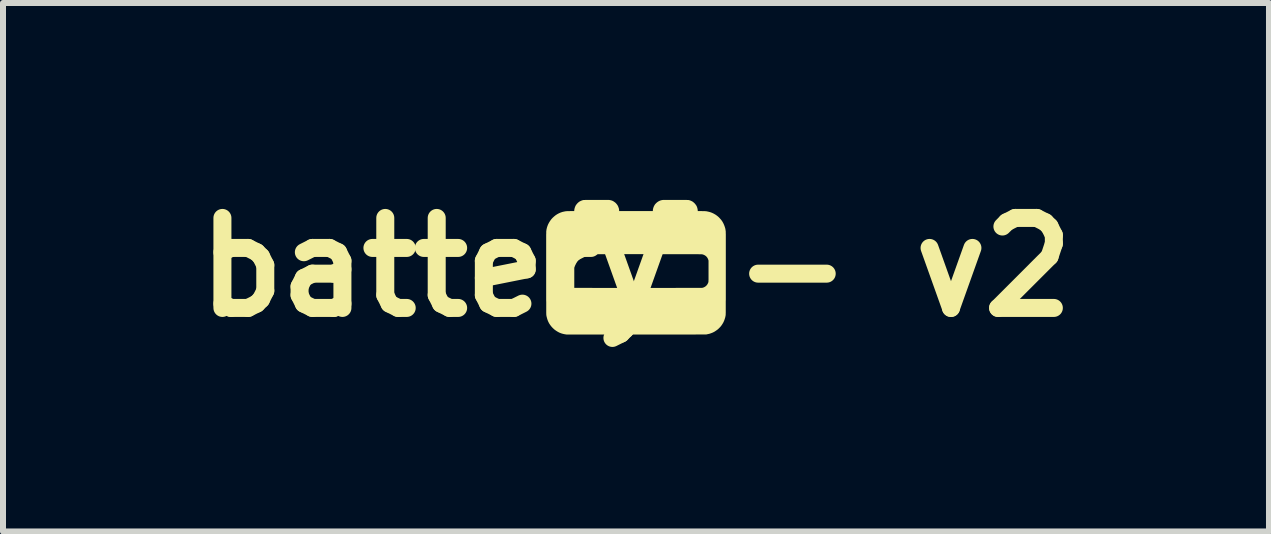
<source format=kicad_pcb>
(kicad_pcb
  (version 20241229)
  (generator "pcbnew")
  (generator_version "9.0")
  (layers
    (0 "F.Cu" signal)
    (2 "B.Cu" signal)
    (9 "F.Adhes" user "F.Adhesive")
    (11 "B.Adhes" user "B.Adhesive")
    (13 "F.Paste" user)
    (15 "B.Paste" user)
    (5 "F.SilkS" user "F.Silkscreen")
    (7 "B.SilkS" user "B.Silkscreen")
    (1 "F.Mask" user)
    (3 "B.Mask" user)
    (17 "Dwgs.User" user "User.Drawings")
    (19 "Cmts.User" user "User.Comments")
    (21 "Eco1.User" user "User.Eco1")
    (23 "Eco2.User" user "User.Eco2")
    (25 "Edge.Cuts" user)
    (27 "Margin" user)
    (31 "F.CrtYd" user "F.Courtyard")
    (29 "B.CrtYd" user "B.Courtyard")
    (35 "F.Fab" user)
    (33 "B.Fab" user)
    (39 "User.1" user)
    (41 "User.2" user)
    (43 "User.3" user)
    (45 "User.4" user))
  (footprint "battery - v2"
    (layer "F.Cu")
    (at 7.55 1.404)
    (property "Reference" "battery - v2" (at 0 0 0) (layer "F.SilkS") (effects (font (size 1.5 1.5) (thickness 0.3))))
    (attr board_only exclude_from_pos_files exclude_from_bom)
    (fp_poly (pts (xy 0.589 -1.122) (xy 0.617 -1.122) (xy 0.647 -1.122) (xy 0.664 -1.122) (xy 0.692 -1.122) (xy 0.717 -1.122) (xy 0.74 -1.122) (xy 0.761 -1.122) (xy 0.779 -1.122) (xy 0.795 -1.122) (xy 0.81 -1.122) (xy 0.822 -1.122) (xy 0.833 -1.122) (xy 0.842 -1.122) (xy 0.85 -1.121) (xy 0.857 -1.121) (xy 0.862 -1.121) (xy 0.867 -1.121) (xy 0.87 -1.121) (xy 0.873 -1.12) (xy 0.876 -1.12) (xy 0.878 -1.12) (xy 0.88 -1.12) (xy 0.881 -1.119) (xy 0.883 -1.119) (xy 0.905 -1.112) (xy 0.926 -1.103) (xy 0.946 -1.092) (xy 0.963 -1.078) (xy 0.977 -1.065) (xy 0.992 -1.047) (xy 1.005 -1.029) (xy 1.015 -1.009) (xy 1.022 -0.988) (xy 1.027 -0.965) (xy 1.029 -0.948) (xy 1.03 -0.936) (xy 1.094 -0.936) (xy 1.11 -0.935) (xy 1.125 -0.935) (xy 1.137 -0.935) (xy 1.147 -0.935) (xy 1.155 -0.934) (xy 1.162 -0.934) (xy 1.168 -0.933) (xy 1.173 -0.933) (xy 1.173 -0.933) (xy 1.206 -0.926) (xy 1.237 -0.918) (xy 1.267 -0.907) (xy 1.296 -0.893) (xy 1.324 -0.877) (xy 1.351 -0.858) (xy 1.357 -0.853) (xy 1.367 -0.845) (xy 1.377 -0.836) (xy 1.388 -0.825) (xy 1.399 -0.813) (xy 1.409 -0.802) (xy 1.418 -0.792) (xy 1.421 -0.788) (xy 1.44 -0.761) (xy 1.456 -0.732) (xy 1.469 -0.703) (xy 1.48 -0.673) (xy 1.489 -0.642) (xy 1.494 -0.61) (xy 1.496 -0.595) (xy 1.496 -0.593) (xy 1.496 -0.589) (xy 1.496 -0.583) (xy 1.496 -0.575) (xy 1.496 -0.566) (xy 1.497 -0.555) (xy 1.497 -0.542) (xy 1.497 -0.527) (xy 1.497 -0.51) (xy 1.497 -0.491) (xy 1.497 -0.469) (xy 1.497 -0.446) (xy 1.497 -0.421) (xy 1.497 -0.393) (xy 1.497 -0.363) (xy 1.497 -0.33) (xy 1.497 -0.296) (xy 1.497 -0.259) (xy 1.497 -0.219) (xy 1.497 -0.177) (xy 1.497 -0.132) (xy 1.497 -0.085) (xy 1.497 -0.035) (xy 1.497 0.017) (xy 1.497 0.073) (xy 1.497 0.105) (xy 1.497 0.157) (xy 1.497 0.207) (xy 1.497 0.254) (xy 1.497 0.298) (xy 1.497 0.34) (xy 1.497 0.379) (xy 1.497 0.416) (xy 1.497 0.451) (xy 1.497 0.484) (xy 1.497 0.514) (xy 1.497 0.543) (xy 1.496 0.569) (xy 1.496 0.594) (xy 1.496 0.616) (xy 1.496 0.637) (xy 1.496 0.657) (xy 1.496 0.674) (xy 1.496 0.69) (xy 1.496 0.705) (xy 1.496 0.718) (xy 1.496 0.73) (xy 1.496 0.741) (xy 1.496 0.75) (xy 1.496 0.759) (xy 1.496 0.766) (xy 1.495 0.772) (xy 1.495 0.778) (xy 1.495 0.783) (xy 1.495 0.787) (xy 1.495 0.79) (xy 1.495 0.793) (xy 1.495 0.796) (xy 1.495 0.798) (xy 1.494 0.799) (xy 1.494 0.8) (xy 1.494 0.801) (xy 1.488 0.833) (xy 1.479 0.863) (xy 1.469 0.891) (xy 1.457 0.918) (xy 1.442 0.944) (xy 1.425 0.97) (xy 1.417 0.979) (xy 1.411 0.988) (xy 1.403 0.997) (xy 1.393 1.007) (xy 1.384 1.016) (xy 1.374 1.026) (xy 1.365 1.034) (xy 1.359 1.039) (xy 1.334 1.057) (xy 1.308 1.074) (xy 1.281 1.088) (xy 1.253 1.099) (xy 1.224 1.109) (xy 1.192 1.116) (xy 1.176 1.119) (xy 1.175 1.12) (xy 1.173 1.12) (xy 1.172 1.12) (xy 1.17 1.12) (xy 1.168 1.12) (xy 1.165 1.12) (xy 1.162 1.12) (xy 1.159 1.12) (xy 1.154 1.121) (xy 1.149 1.121) (xy 1.143 1.121) (xy 1.137 1.121) (xy 1.13 1.121) (xy 1.121 1.121) (xy 1.112 1.121) (xy 1.102 1.121) (xy 1.09 1.121) (xy 1.078 1.121) (xy 1.064 1.121) (xy 1.049 1.121) (xy 1.033 1.121) (xy 1.016 1.121) (xy 0.997 1.121) (xy 0.976 1.122) (xy 0.954 1.122) (xy 0.931 1.122) (xy 0.905 1.122) (xy 0.878 1.122) (xy 0.85 1.122) (xy 0.819 1.122) (xy 0.787 1.122) (xy 0.753 1.122) (xy 0.716 1.122) (xy 0.678 1.122) (xy 0.638 1.122) (xy 0.595 1.122) (xy 0.55 1.122) (xy 0.503 1.122) (xy 0.454 1.122) (xy 0.402 1.122) (xy 0.348 1.122) (xy 0.291 1.122) (xy 0.232 1.122) (xy 0.17 1.122) (xy 0.106 1.122) (xy 0.039 1.122) (xy 0.006 1.122) (xy -0.051 1.122) (xy -0.107 1.122) (xy -0.162 1.122) (xy -0.217 1.122) (xy -0.271 1.122) (xy -0.324 1.122) (xy -0.375 1.122) (xy -0.426 1.122) (xy -0.476 1.122) (xy -0.524 1.122) (xy -0.571 1.122) (xy -0.617 1.122) (xy -0.662 1.122) (xy -0.704 1.122) (xy -0.746 1.122) (xy -0.786 1.122) (xy -0.824 1.122) (xy -0.86 1.122) (xy -0.895 1.122) (xy -0.928 1.122) (xy -0.958 1.122) (xy -0.987 1.122) (xy -1.014 1.122) (xy -1.039 1.122) (xy -1.061 1.122) (xy -1.081 1.122) (xy -1.099 1.122) (xy -1.115 1.122) (xy -1.128 1.122) (xy -1.138 1.122) (xy -1.146 1.122) (xy -1.151 1.122) (xy -1.154 1.122) (xy -1.154 1.122) (xy -1.187 1.117) (xy -1.219 1.11) (xy -1.249 1.101) (xy -1.279 1.089) (xy -1.307 1.074) (xy -1.334 1.057) (xy -1.36 1.038) (xy -1.384 1.016) (xy -1.391 1.009) (xy -1.412 0.986) (xy -1.431 0.961) (xy -1.448 0.935) (xy -1.462 0.908) (xy -1.474 0.879) (xy -1.483 0.849) (xy -1.491 0.817) (xy -1.494 0.801) (xy -1.494 0.8) (xy -1.494 0.798) (xy -1.495 0.796) (xy -1.495 0.794) (xy -1.495 0.792) (xy -1.495 0.788) (xy -1.495 0.785) (xy -1.495 0.78) (xy -1.495 0.775) (xy -1.496 0.769) (xy -1.496 0.762) (xy -1.496 0.754) (xy -1.496 0.745) (xy -1.496 0.735) (xy -1.496 0.723) (xy -1.496 0.711) (xy -1.496 0.697) (xy -1.496 0.681) (xy -1.496 0.664) (xy -1.496 0.646) (xy -1.496 0.626) (xy -1.496 0.604) (xy -1.496 0.58) (xy -1.497 0.554) (xy -1.497 0.527) (xy -1.497 0.497) (xy -1.497 0.466) (xy -1.497 0.432) (xy -1.497 0.396) (xy -1.497 0.357) (xy -1.497 0.316) (xy -1.497 0.273) (xy -1.497 0.227) (xy -1.497 0.179) (xy -1.497 0.127) (xy -1.497 0.105) (xy -1.497 0.048) (xy -1.497 -0.006) (xy -1.497 -0.02) (xy -1.209 -0.02) (xy -1.209 -0.002) (xy -1.209 0.018) (xy -1.209 0.04) (xy -1.209 0.065) (xy -1.209 0.069) (xy -1.209 0.239) (xy -1.205 0.252) (xy -1.198 0.27) (xy -1.189 0.287) (xy -1.178 0.302) (xy -1.174 0.306) (xy -1.162 0.317) (xy -1.147 0.327) (xy -1.132 0.335) (xy -1.116 0.34) (xy -1.101 0.344) (xy -1.099 0.344) (xy -1.094 0.344) (xy -1.087 0.344) (xy -1.077 0.344) (xy -1.065 0.344) (xy -1.05 0.344) (xy -1.033 0.344) (xy -1.013 0.344) (xy -0.991 0.344) (xy -0.967 0.344) (xy -0.941 0.344) (xy -0.913 0.344) (xy -0.883 0.344) (xy -0.851 0.344) (xy -0.817 0.344) (xy -0.781 0.344) (xy -0.744 0.344) (xy -0.704 0.345) (xy -0.664 0.345) (xy -0.621 0.345) (xy -0.578 0.345) (xy -0.533 0.345) (xy -0.486 0.345) (xy -0.439 0.345) (xy -0.39 0.345) (xy -0.34 0.345) (xy -0.289 0.345) (xy -0.237 0.345) (xy -0.184 0.345) (xy -0.131 0.345) (xy -0.076 0.345) (xy -0.021 0.345) (xy 0.005 0.345) (xy 1.102 0.344) (xy 1.113 0.341) (xy 1.132 0.335) (xy 1.148 0.326) (xy 1.164 0.315) (xy 1.177 0.302) (xy 1.188 0.288) (xy 1.197 0.272) (xy 1.2 0.265) (xy 1.201 0.262) (xy 1.203 0.259) (xy 1.204 0.257) (xy 1.205 0.254) (xy 1.205 0.251) (xy 1.206 0.249) (xy 1.207 0.245) (xy 1.207 0.241) (xy 1.208 0.236) (xy 1.208 0.231) (xy 1.208 0.224) (xy 1.208 0.216) (xy 1.209 0.207) (xy 1.209 0.196) (xy 1.209 0.183) (xy 1.209 0.169) (xy 1.209 0.152) (xy 1.209 0.134) (xy 1.209 0.113) (xy 1.209 0.089) (xy 1.209 0.064) (xy 1.209 -0.11) (xy 1.206 -0.121) (xy 1.199 -0.14) (xy 1.19 -0.157) (xy 1.179 -0.172) (xy 1.166 -0.185) (xy 1.151 -0.196) (xy 1.135 -0.205) (xy 1.124 -0.209) (xy 1.113 -0.213) (xy 1.102 -0.215) (xy 1.093 -0.216) (xy 1.091 -0.216) (xy 1.086 -0.216) (xy 1.078 -0.216) (xy 1.068 -0.216) (xy 1.056 -0.216) (xy 1.041 -0.217) (xy 1.023 -0.217) (xy 1.004 -0.217) (xy 0.982 -0.217) (xy 0.958 -0.217) (xy 0.932 -0.217) (xy 0.905 -0.217) (xy 0.875 -0.217) (xy 0.844 -0.217) (xy 0.812 -0.217) (xy 0.777 -0.217) (xy 0.741 -0.217) (xy 0.704 -0.217) (xy 0.666 -0.217) (xy 0.626 -0.217) (xy 0.585 -0.217) (xy 0.543 -0.217) (xy 0.5 -0.217) (xy 0.456 -0.217) (xy 0.412 -0.217) (xy 0.366 -0.217) (xy 0.32 -0.217) (xy 0.274 -0.217) (xy 0.227 -0.218) (xy 0.179 -0.218) (xy 0.131 -0.218) (xy 0.084 -0.218) (xy 0.035 -0.218) (xy -0.013 -0.218) (xy -0.061 -0.218) (xy -0.109 -0.218) (xy -0.157 -0.218) (xy -0.204 -0.218) (xy -0.252 -0.218) (xy -0.298 -0.217) (xy -0.345 -0.217) (xy -0.39 -0.217) (xy -0.435 -0.217) (xy -0.48 -0.217) (xy -0.523 -0.217) (xy -0.565 -0.217) (xy -0.607 -0.217) (xy -0.647 -0.217) (xy -0.686 -0.217) (xy -0.724 -0.217) (xy -0.761 -0.217) (xy -0.796 -0.217) (xy -0.829 -0.217) (xy -0.861 -0.217) (xy -0.891 -0.217) (xy -0.92 -0.217) (xy -0.946 -0.217) (xy -0.971 -0.217) (xy -0.994 -0.217) (xy -1.014 -0.217) (xy -1.033 -0.217) (xy -1.049 -0.216) (xy -1.063 -0.216) (xy -1.074 -0.216) (xy -1.083 -0.216) (xy -1.089 -0.216) (xy -1.092 -0.216) (xy -1.093 -0.216) (xy -1.112 -0.213) (xy -1.13 -0.207) (xy -1.146 -0.199) (xy -1.161 -0.189) (xy -1.174 -0.177) (xy -1.186 -0.163) (xy -1.195 -0.147) (xy -1.203 -0.13) (xy -1.207 -0.114) (xy -1.207 -0.112) (xy -1.208 -0.11) (xy -1.208 -0.107) (xy -1.208 -0.105) (xy -1.209 -0.101) (xy -1.209 -0.097) (xy -1.209 -0.092) (xy -1.209 -0.086) (xy -1.209 -0.079) (xy -1.209 -0.071) (xy -1.209 -0.061) (xy -1.209 -0.049) (xy -1.209 -0.035) (xy -1.209 -0.02) (xy -1.497 -0.02) (xy -1.497 -0.058) (xy -1.497 -0.106) (xy -1.497 -0.152) (xy -1.497 -0.196) (xy -1.497 -0.237) (xy -1.497 -0.275) (xy -1.497 -0.311) (xy -1.497 -0.345) (xy -1.497 -0.376) (xy -1.497 -0.405) (xy -1.497 -0.432) (xy -1.497 -0.456) (xy -1.497 -0.479) (xy -1.497 -0.499) (xy -1.497 -0.517) (xy -1.497 -0.533) (xy -1.497 -0.547) (xy -1.496 -0.56) (xy -1.496 -0.57) (xy -1.496 -0.579) (xy -1.496 -0.585) (xy -1.496 -0.59) (xy -1.496 -0.594) (xy -1.496 -0.595) (xy -1.492 -0.627) (xy -1.485 -0.658) (xy -1.475 -0.689) (xy -1.463 -0.718) (xy -1.448 -0.746) (xy -1.431 -0.773) (xy -1.412 -0.799) (xy -1.39 -0.823) (xy -1.389 -0.824) (xy -1.365 -0.846) (xy -1.339 -0.867) (xy -1.313 -0.884) (xy -1.285 -0.899) (xy -1.255 -0.912) (xy -1.225 -0.922) (xy -1.193 -0.929) (xy -1.173 -0.933) (xy -1.168 -0.933) (xy -1.162 -0.934) (xy -1.156 -0.934) (xy -1.147 -0.935) (xy -1.137 -0.935) (xy -1.126 -0.935) (xy -1.112 -0.935) (xy -1.095 -0.936) (xy -1.094 -0.936) (xy -1.03 -0.936) (xy -1.029 -0.948) (xy -1.026 -0.971) (xy -1.02 -0.993) (xy -1.012 -1.014) (xy -1.002 -1.034) (xy -0.988 -1.052) (xy -0.977 -1.065) (xy -0.961 -1.08) (xy -0.943 -1.094) (xy -0.923 -1.104) (xy -0.902 -1.113) (xy -0.883 -1.119) (xy -0.881 -1.119) (xy -0.879 -1.12) (xy -0.878 -1.12) (xy -0.875 -1.12) (xy -0.873 -1.12) (xy -0.87 -1.121) (xy -0.866 -1.121) (xy -0.861 -1.121) (xy -0.856 -1.121) (xy -0.849 -1.121) (xy -0.841 -1.122) (xy -0.832 -1.122) (xy -0.821 -1.122) (xy -0.808 -1.122) (xy -0.794 -1.122) (xy -0.777 -1.122) (xy -0.759 -1.122) (xy -0.738 -1.122) (xy -0.714 -1.122) (xy -0.689 -1.122) (xy -0.664 -1.122) (xy -0.632 -1.122) (xy -0.604 -1.122) (xy -0.577 -1.122) (xy -0.554 -1.122) (xy -0.533 -1.122) (xy -0.514 -1.122) (xy -0.498 -1.122) (xy -0.484 -1.122) (xy -0.472 -1.122) (xy -0.463 -1.122) (xy -0.455 -1.122) (xy -0.449 -1.122) (xy -0.445 -1.121) (xy -0.444 -1.121) (xy -0.422 -1.117) (xy -0.401 -1.111) (xy -0.381 -1.102) (xy -0.363 -1.09) (xy -0.345 -1.077) (xy -0.33 -1.062) (xy -0.316 -1.045) (xy -0.304 -1.027) (xy -0.295 -1.007) (xy -0.288 -0.987) (xy -0.285 -0.978) (xy -0.283 -0.968) (xy -0.282 -0.958) (xy -0.281 -0.95) (xy -0.281 -0.944) (xy -0.281 -0.936) (xy 0 -0.936) (xy 0.281 -0.936) (xy 0.281 -0.944) (xy 0.281 -0.956) (xy 0.284 -0.97) (xy 0.287 -0.985) (xy 0.292 -0.999) (xy 0.296 -1.01) (xy 0.306 -1.03) (xy 0.318 -1.049) (xy 0.333 -1.065) (xy 0.349 -1.08) (xy 0.367 -1.093) (xy 0.386 -1.104) (xy 0.406 -1.112) (xy 0.427 -1.118) (xy 0.444 -1.121) (xy 0.447 -1.121) (xy 0.451 -1.122) (xy 0.458 -1.122) (xy 0.467 -1.122) (xy 0.478 -1.122) (xy 0.49 -1.122) (xy 0.505 -1.122) (xy 0.523 -1.122) (xy 0.542 -1.122) (xy 0.565 -1.122)) (stroke (width 0) (type solid)) (fill yes) (layer "F.SilkS")))
  (gr_rect
    (start -3 -3)
    (end 18.1 5.808)
    (stroke (width 0.1) (type default))
    (fill no)
    (layer "Edge.Cuts")))
</source>
